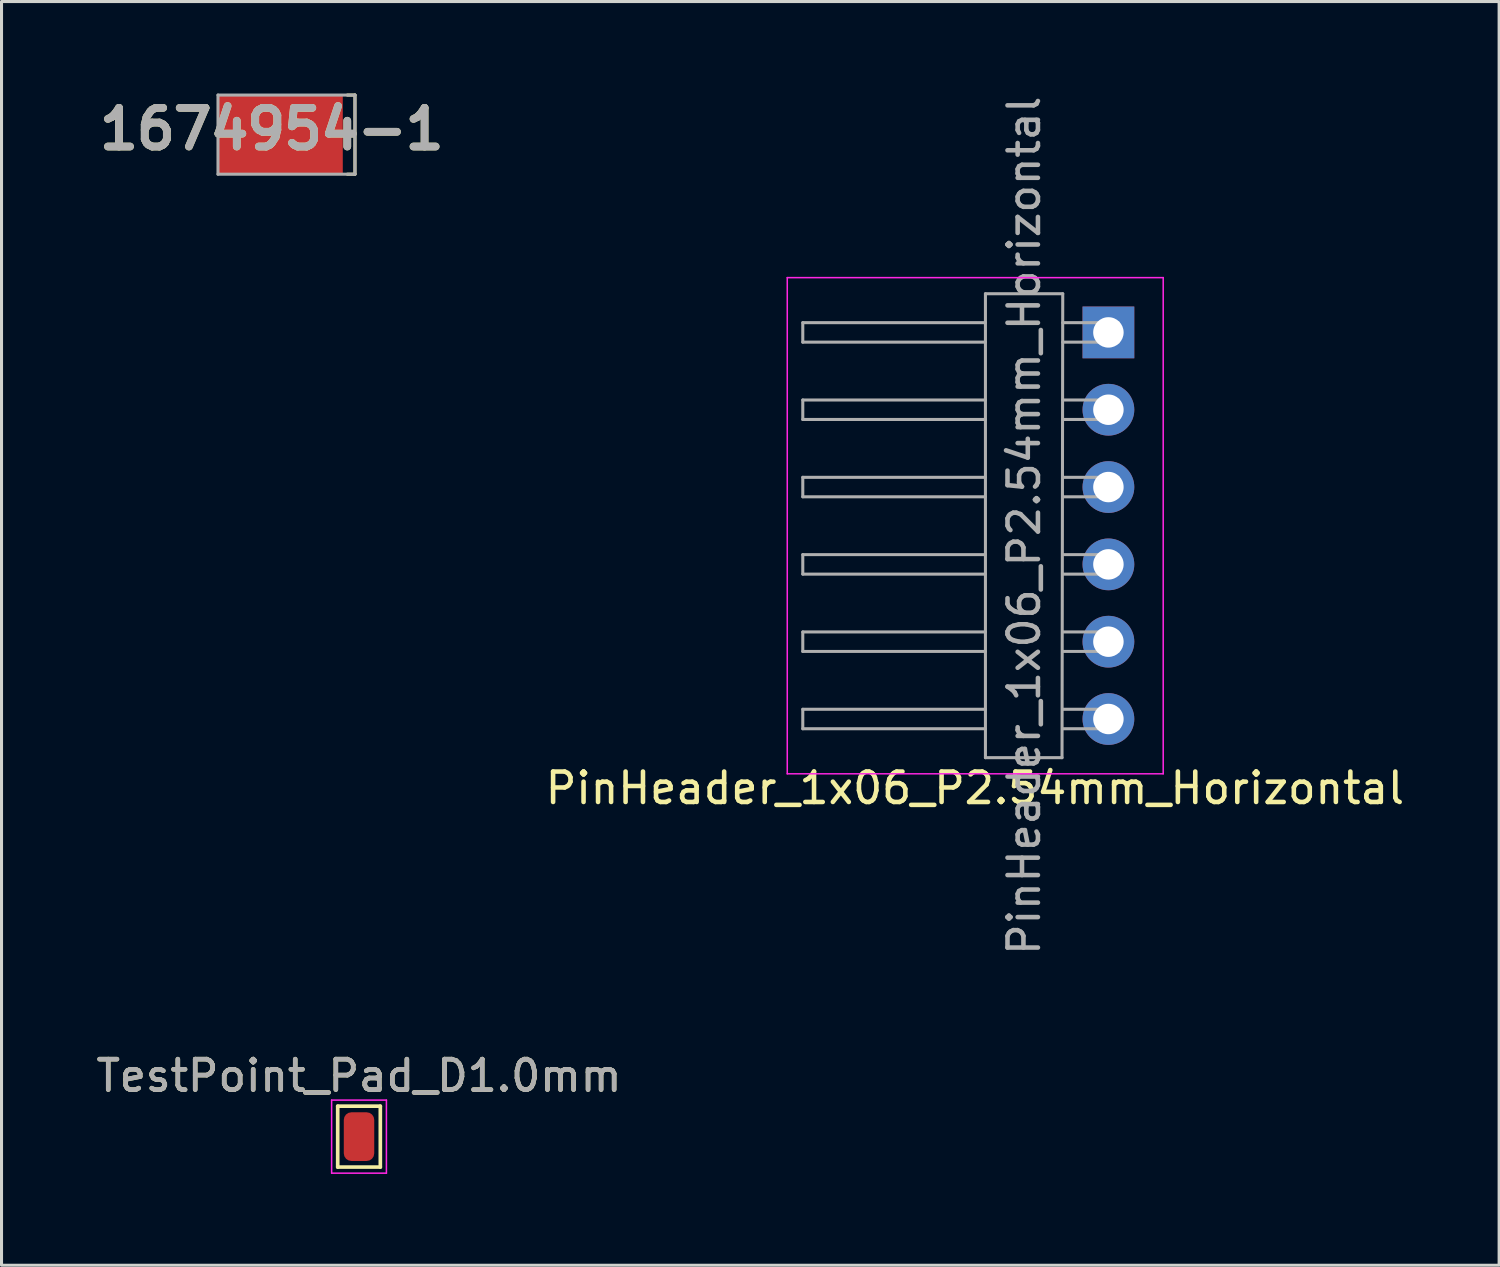
<source format=kicad_pcb>
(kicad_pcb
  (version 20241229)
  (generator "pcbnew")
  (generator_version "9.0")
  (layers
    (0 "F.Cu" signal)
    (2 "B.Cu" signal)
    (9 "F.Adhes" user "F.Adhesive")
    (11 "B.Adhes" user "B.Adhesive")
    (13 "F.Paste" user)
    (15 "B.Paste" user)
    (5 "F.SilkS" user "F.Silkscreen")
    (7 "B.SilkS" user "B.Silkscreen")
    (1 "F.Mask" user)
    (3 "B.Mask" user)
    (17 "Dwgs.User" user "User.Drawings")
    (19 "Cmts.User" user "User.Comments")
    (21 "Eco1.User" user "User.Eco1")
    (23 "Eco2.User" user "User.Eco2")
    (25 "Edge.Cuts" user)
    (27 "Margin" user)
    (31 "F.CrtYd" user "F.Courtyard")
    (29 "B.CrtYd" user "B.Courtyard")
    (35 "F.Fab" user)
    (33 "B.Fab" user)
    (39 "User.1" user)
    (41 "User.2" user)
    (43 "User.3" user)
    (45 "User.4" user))
  (footprint "1674954-1"
    (layer "F.Cu")
    (at 8.611 1.373)
    (property "Reference" "1674954-1" (at -2.733 -0.184 0) (layer "F.SilkS") (effects (font (size 1.27 1.27) (thickness 0.254))))
    (attr smd)
    (fp_line (start 0 -1.3) (end -0.25 -1.3) (stroke (width 0.1) (type solid)) (layer "F.SilkS"))
    (fp_line (start 0 -1.3) (end 0 1.3) (stroke (width 0.1) (type solid)) (layer "F.SilkS"))
    (fp_line (start 0 1.3) (end -0.25 1.3) (stroke (width 0.1) (type solid)) (layer "F.SilkS"))
    (fp_line (start -4.5 -1.3) (end 0 -1.3) (stroke (width 0.1) (type solid)) (layer "F.Fab"))
    (fp_line (start -4.5 1.3) (end -4.5 -1.3) (stroke (width 0.1) (type solid)) (layer "F.Fab"))
    (fp_line (start 0 -1.3) (end 0 1.3) (stroke (width 0.1) (type solid)) (layer "F.Fab"))
    (fp_line (start 0 1.3) (end -4.5 1.3) (stroke (width 0.1) (type solid)) (layer "F.Fab"))
    (fp_text user "${REFERENCE}" (at -2.733 -0.184 0) (layer "F.Fab") (effects (font (size 1.27 1.27) (thickness 0.254))))
    (pad "1" smd rect (at -2.45 0 90) (size 2.6 4.1) (layers "F.Cu" "F.Mask" "F.Paste")))
  (footprint "TestPoint_Pad_D1.0mm"
    (layer "F.Cu")
    (at 8.744 34.289)
    (property "Reference" "TestPoint_Pad_D1.0mm" (at 0 -2 0) (layer "F.SilkS") (effects (font (size 1 1) (thickness 0.15))))
    (attr exclude_from_pos_files exclude_from_bom)
    (fp_line (start -0.7 -1) (end 0.7 -1) (stroke (width 0.12) (type solid)) (layer "F.SilkS"))
    (fp_line (start -0.7 1) (end -0.7 -1) (stroke (width 0.12) (type solid)) (layer "F.SilkS"))
    (fp_line (start 0.7 -1) (end 0.7 1) (stroke (width 0.12) (type solid)) (layer "F.SilkS"))
    (fp_line (start 0.7 1) (end -0.7 1) (stroke (width 0.12) (type solid)) (layer "F.SilkS"))
    (fp_line (start -0.9 -1.2) (end 0.9 -1.2) (stroke (width 0.05) (type solid)) (layer "F.CrtYd"))
    (fp_line (start -0.9 1.2) (end -0.9 -1.2) (stroke (width 0.05) (type solid)) (layer "F.CrtYd"))
    (fp_line (start 0.9 -1.2) (end 0.9 1.2) (stroke (width 0.05) (type solid)) (layer "F.CrtYd"))
    (fp_line (start 0.9 1.2) (end -0.9 1.2) (stroke (width 0.05) (type solid)) (layer "F.CrtYd"))
    (fp_text user "${REFERENCE}" (at 0 -2 0) (layer "F.Fab") (effects (font (size 1 1) (thickness 0.15))))
    (pad "1" smd roundrect (at 0 0) (size 1 1.6) (layers "F.Cu" "F.Mask") (roundrect_rratio 0.25)))
  (footprint "PinHeader_1x06_P2.54mm_Horizontal"
    (layer "F.Cu")
    (at 33.362 7.87)
    (property "Reference" "PinHeader_1x06_P2.54mm_Horizontal" (at -4.385 14.97 0) (layer "F.SilkS") (effects (font (size 1 1) (thickness 0.15))))
    (attr through_hole)
    (fp_line (start -10.55 -1.8) (end -10.55 14.5) (stroke (width 0.05) (type solid)) (layer "F.CrtYd"))
    (fp_line (start -10.55 14.5) (end 1.8 14.5) (stroke (width 0.05) (type solid)) (layer "F.CrtYd"))
    (fp_line (start 1.8 -1.8) (end -10.55 -1.8) (stroke (width 0.05) (type solid)) (layer "F.CrtYd"))
    (fp_line (start 1.8 14.5) (end 1.8 -1.8) (stroke (width 0.05) (type solid)) (layer "F.CrtYd"))
    (fp_line (start -10.04 0.32) (end -10.04 -0.32) (stroke (width 0.1) (type solid)) (layer "F.Fab"))
    (fp_line (start -10.04 2.86) (end -10.04 2.22) (stroke (width 0.1) (type solid)) (layer "F.Fab"))
    (fp_line (start -10.04 5.4) (end -10.04 4.76) (stroke (width 0.1) (type solid)) (layer "F.Fab"))
    (fp_line (start -10.04 7.94) (end -10.04 7.3) (stroke (width 0.1) (type solid)) (layer "F.Fab"))
    (fp_line (start -10.04 10.48) (end -10.04 9.84) (stroke (width 0.1) (type solid)) (layer "F.Fab"))
    (fp_line (start -10.04 13.02) (end -10.04 12.38) (stroke (width 0.1) (type solid)) (layer "F.Fab"))
    (fp_line (start -4.04 -1.27) (end -1.5 -1.27) (stroke (width 0.1) (type solid)) (layer "F.Fab"))
    (fp_line (start -4.04 -0.32) (end -10.04 -0.32) (stroke (width 0.1) (type solid)) (layer "F.Fab"))
    (fp_line (start -4.04 0.32) (end -10.04 0.32) (stroke (width 0.1) (type solid)) (layer "F.Fab"))
    (fp_line (start -4.04 2.22) (end -10.04 2.22) (stroke (width 0.1) (type solid)) (layer "F.Fab"))
    (fp_line (start -4.04 2.86) (end -10.04 2.86) (stroke (width 0.1) (type solid)) (layer "F.Fab"))
    (fp_line (start -4.04 4.76) (end -10.04 4.76) (stroke (width 0.1) (type solid)) (layer "F.Fab"))
    (fp_line (start -4.04 5.4) (end -10.04 5.4) (stroke (width 0.1) (type solid)) (layer "F.Fab"))
    (fp_line (start -4.04 7.3) (end -10.04 7.3) (stroke (width 0.1) (type solid)) (layer "F.Fab"))
    (fp_line (start -4.04 7.94) (end -10.04 7.94) (stroke (width 0.1) (type solid)) (layer "F.Fab"))
    (fp_line (start -4.04 9.84) (end -10.04 9.84) (stroke (width 0.1) (type solid)) (layer "F.Fab"))
    (fp_line (start -4.04 10.48) (end -10.04 10.48) (stroke (width 0.1) (type solid)) (layer "F.Fab"))
    (fp_line (start -4.04 12.38) (end -10.04 12.38) (stroke (width 0.1) (type solid)) (layer "F.Fab"))
    (fp_line (start -4.04 13.02) (end -10.04 13.02) (stroke (width 0.1) (type solid)) (layer "F.Fab"))
    (fp_line (start -4.04 13.97) (end -4.04 -1.27) (stroke (width 0.1) (type solid)) (layer "F.Fab"))
    (fp_line (start -1.524 13.97) (end -4.04 13.97) (stroke (width 0.1) (type solid)) (layer "F.Fab"))
    (fp_line (start -1.5 -1.27) (end -1.524 13.97) (stroke (width 0.1) (type solid)) (layer "F.Fab"))
    (fp_line (start 0.32 -0.32) (end -1.5 -0.32) (stroke (width 0.1) (type solid)) (layer "F.Fab"))
    (fp_line (start 0.32 0.32) (end -1.5 0.32) (stroke (width 0.1) (type solid)) (layer "F.Fab"))
    (fp_line (start 0.32 0.32) (end 0.32 -0.32) (stroke (width 0.1) (type solid)) (layer "F.Fab"))
    (fp_line (start 0.32 2.22) (end -1.5 2.22) (stroke (width 0.1) (type solid)) (layer "F.Fab"))
    (fp_line (start 0.32 2.86) (end -1.5 2.86) (stroke (width 0.1) (type solid)) (layer "F.Fab"))
    (fp_line (start 0.32 2.86) (end 0.32 2.22) (stroke (width 0.1) (type solid)) (layer "F.Fab"))
    (fp_line (start 0.32 4.76) (end -1.5 4.76) (stroke (width 0.1) (type solid)) (layer "F.Fab"))
    (fp_line (start 0.32 5.4) (end -1.5 5.4) (stroke (width 0.1) (type solid)) (layer "F.Fab"))
    (fp_line (start 0.32 5.4) (end 0.32 4.76) (stroke (width 0.1) (type solid)) (layer "F.Fab"))
    (fp_line (start 0.32 7.3) (end -1.5 7.3) (stroke (width 0.1) (type solid)) (layer "F.Fab"))
    (fp_line (start 0.32 7.94) (end -1.5 7.94) (stroke (width 0.1) (type solid)) (layer "F.Fab"))
    (fp_line (start 0.32 7.94) (end 0.32 7.3) (stroke (width 0.1) (type solid)) (layer "F.Fab"))
    (fp_line (start 0.32 9.84) (end -1.5 9.84) (stroke (width 0.1) (type solid)) (layer "F.Fab"))
    (fp_line (start 0.32 10.48) (end -1.5 10.48) (stroke (width 0.1) (type solid)) (layer "F.Fab"))
    (fp_line (start 0.32 10.48) (end 0.32 9.84) (stroke (width 0.1) (type solid)) (layer "F.Fab"))
    (fp_line (start 0.32 12.38) (end -1.5 12.38) (stroke (width 0.1) (type solid)) (layer "F.Fab"))
    (fp_line (start 0.32 13.02) (end -1.5 13.02) (stroke (width 0.1) (type solid)) (layer "F.Fab"))
    (fp_line (start 0.32 13.02) (end 0.32 12.38) (stroke (width 0.1) (type solid)) (layer "F.Fab"))
    (fp_text user "${REFERENCE}" (at -2.77 6.35 270) (layer "F.Fab") (effects (font (size 1 1) (thickness 0.15))))
    (pad "1" thru_hole rect (at 0 0) (size 1.7 1.7) (drill 1) (layers "*.Cu" "*.Mask"))
    (pad "2" thru_hole oval (at 0 2.54) (size 1.7 1.7) (drill 1) (layers "*.Cu" "*.Mask"))
    (pad "3" thru_hole oval (at 0 5.08) (size 1.7 1.7) (drill 1) (layers "*.Cu" "*.Mask"))
    (pad "4" thru_hole oval (at 0 7.62) (size 1.7 1.7) (drill 1) (layers "*.Cu" "*.Mask"))
    (pad "5" thru_hole oval (at 0 10.16) (size 1.7 1.7) (drill 1) (layers "*.Cu" "*.Mask"))
    (pad "6" thru_hole oval (at 0 12.7) (size 1.7 1.7) (drill 1) (layers "*.Cu" "*.Mask")))
  (gr_rect
    (start -3 -3)
    (end 46.197 38.514)
    (stroke (width 0.1) (type default))
    (fill no)
    (layer "Edge.Cuts")))
</source>
